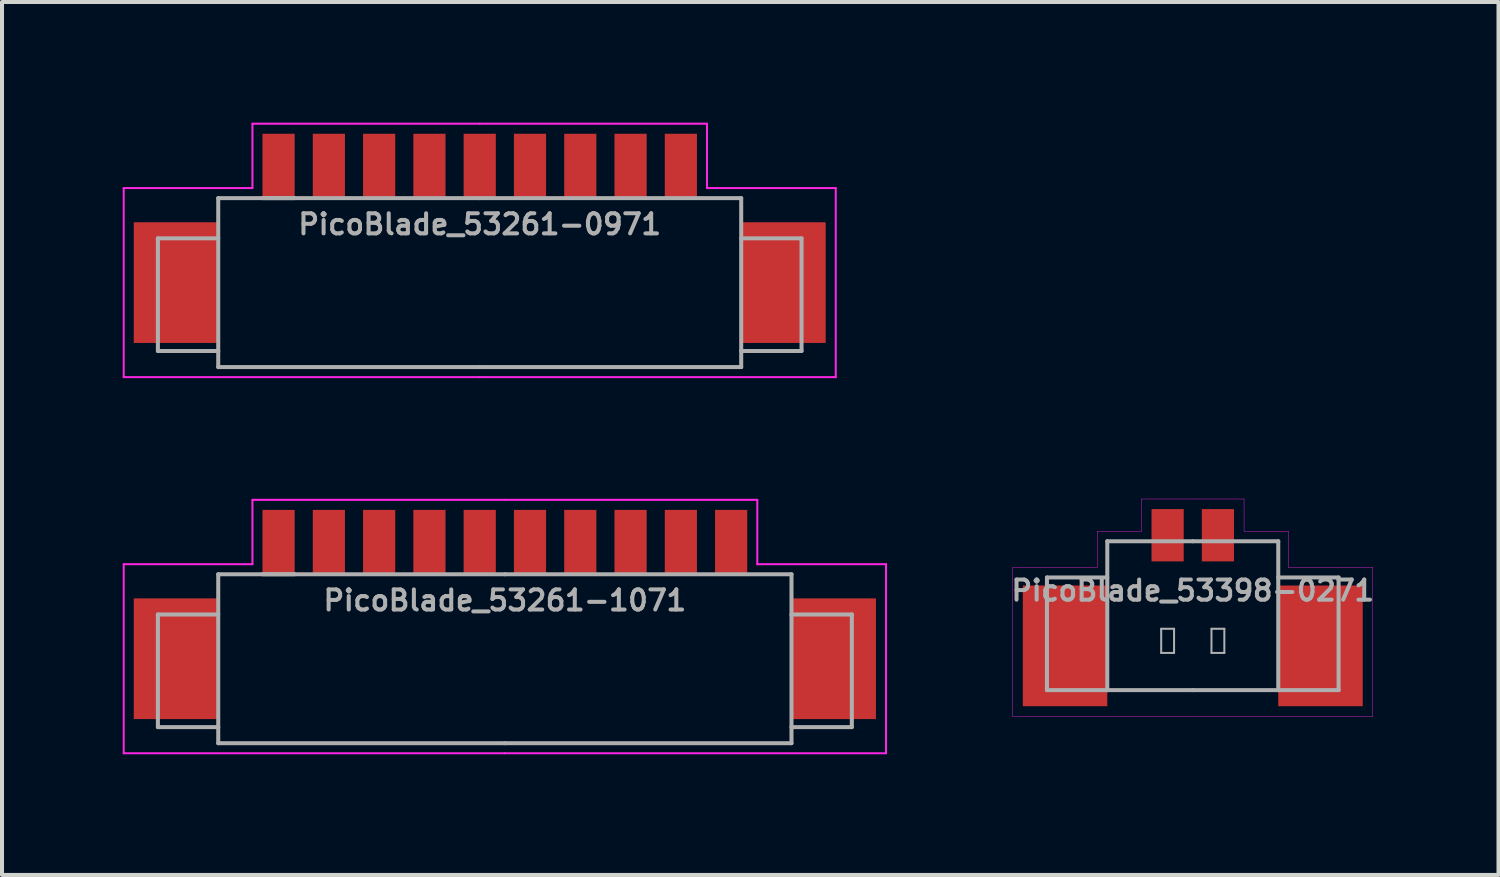
<source format=kicad_pcb>
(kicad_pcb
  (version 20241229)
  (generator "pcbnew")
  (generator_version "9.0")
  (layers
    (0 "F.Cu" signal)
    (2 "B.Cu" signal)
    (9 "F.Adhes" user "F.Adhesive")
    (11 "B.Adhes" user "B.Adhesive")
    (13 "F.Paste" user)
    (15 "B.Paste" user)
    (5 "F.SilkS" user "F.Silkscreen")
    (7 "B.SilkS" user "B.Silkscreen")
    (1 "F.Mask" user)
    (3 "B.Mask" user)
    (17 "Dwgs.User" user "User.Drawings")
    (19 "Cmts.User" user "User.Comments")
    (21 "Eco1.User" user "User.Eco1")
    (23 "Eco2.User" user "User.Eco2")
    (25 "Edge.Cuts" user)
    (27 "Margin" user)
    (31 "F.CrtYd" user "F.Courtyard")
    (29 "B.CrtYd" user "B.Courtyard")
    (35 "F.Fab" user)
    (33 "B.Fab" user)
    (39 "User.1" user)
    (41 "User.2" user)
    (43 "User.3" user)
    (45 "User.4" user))
  (footprint "PicoBlade_53398-0271"
    (layer "F.Cu")
    (at 26.6 11.63)
    (property "Reference" "PicoBlade_53398-0271" (at 0 0 0) (layer "F.Fab") (effects (font (size 0.5 0.5) (thickness 0.1))))
    (attr smd)
    (fp_line (start -4.475 -0.575) (end -4.475 3.125) (stroke (width 0.01) (type solid)) (layer "F.CrtYd"))
    (fp_line (start -4.475 -0.575) (end -2.375 -0.575) (stroke (width 0.01) (type solid)) (layer "F.CrtYd"))
    (fp_line (start -4.475 3.125) (end 0 3.125) (stroke (width 0.01) (type solid)) (layer "F.CrtYd"))
    (fp_line (start -2.375 -0.575) (end -2.375 -1.475) (stroke (width 0.01) (type solid)) (layer "F.CrtYd"))
    (fp_line (start -1.275 -2.275) (end -1.275 -1.475) (stroke (width 0.01) (type solid)) (layer "F.CrtYd"))
    (fp_line (start -1.275 -1.475) (end -2.375 -1.475) (stroke (width 0.01) (type solid)) (layer "F.CrtYd"))
    (fp_line (start 0 -2.275) (end -1.275 -2.275) (stroke (width 0.01) (type solid)) (layer "F.CrtYd"))
    (fp_line (start 0 -2.275) (end 1.275 -2.275) (stroke (width 0.01) (type solid)) (layer "F.CrtYd"))
    (fp_line (start 1.275 -2.275) (end 1.275 -1.475) (stroke (width 0.01) (type solid)) (layer "F.CrtYd"))
    (fp_line (start 1.275 -1.475) (end 2.375 -1.475) (stroke (width 0.01) (type solid)) (layer "F.CrtYd"))
    (fp_line (start 2.375 -1.475) (end 2.375 -0.575) (stroke (width 0.01) (type solid)) (layer "F.CrtYd"))
    (fp_line (start 2.375 -0.575) (end 4.475 -0.575) (stroke (width 0.01) (type solid)) (layer "F.CrtYd"))
    (fp_line (start 4.475 -0.575) (end 4.475 3.125) (stroke (width 0.01) (type solid)) (layer "F.CrtYd"))
    (fp_line (start 4.475 3.125) (end 0 3.125) (stroke (width 0.01) (type solid)) (layer "F.CrtYd"))
    (fp_line (start -3.625 -0.325) (end -2.125 -0.325) (stroke (width 0.1) (type solid)) (layer "F.Fab"))
    (fp_line (start -3.625 2.475) (end -3.625 -0.325) (stroke (width 0.1) (type solid)) (layer "F.Fab"))
    (fp_line (start -2.125 -1.225) (end -2.125 2.475) (stroke (width 0.1) (type solid)) (layer "F.Fab"))
    (fp_line (start -2.125 2.475) (end -3.625 2.475) (stroke (width 0.1) (type solid)) (layer "F.Fab"))
    (fp_line (start -2.125 2.475) (end 0 2.475) (stroke (width 0.1) (type solid)) (layer "F.Fab"))
    (fp_line (start -0.785 0.95) (end -0.465 0.95) (stroke (width 0.05) (type solid)) (layer "F.Fab"))
    (fp_line (start -0.785 1.55) (end -0.785 0.95) (stroke (width 0.05) (type solid)) (layer "F.Fab"))
    (fp_line (start -0.465 1.55) (end -0.785 1.55) (stroke (width 0.05) (type solid)) (layer "F.Fab"))
    (fp_line (start -0.465 1.55) (end -0.465 0.95) (stroke (width 0.05) (type solid)) (layer "F.Fab"))
    (fp_line (start 0 -1.225) (end -2.125 -1.225) (stroke (width 0.1) (type solid)) (layer "F.Fab"))
    (fp_line (start 0 2.475) (end 2.125 2.475) (stroke (width 0.1) (type solid)) (layer "F.Fab"))
    (fp_line (start 0.465 0.95) (end 0.465 1.55) (stroke (width 0.05) (type solid)) (layer "F.Fab"))
    (fp_line (start 0.465 0.95) (end 0.785 0.95) (stroke (width 0.05) (type solid)) (layer "F.Fab"))
    (fp_line (start 0.785 0.95) (end 0.785 1.55) (stroke (width 0.05) (type solid)) (layer "F.Fab"))
    (fp_line (start 0.785 1.55) (end 0.465 1.55) (stroke (width 0.05) (type solid)) (layer "F.Fab"))
    (fp_line (start 2.125 -1.225) (end 0 -1.225) (stroke (width 0.1) (type solid)) (layer "F.Fab"))
    (fp_line (start 2.125 2.475) (end 2.125 -1.225) (stroke (width 0.1) (type solid)) (layer "F.Fab"))
    (fp_line (start 2.125 2.475) (end 3.625 2.475) (stroke (width 0.1) (type solid)) (layer "F.Fab"))
    (fp_line (start 3.625 -0.325) (end 2.125 -0.325) (stroke (width 0.1) (type solid)) (layer "F.Fab"))
    (fp_line (start 3.625 2.475) (end 3.625 -0.325) (stroke (width 0.1) (type solid)) (layer "F.Fab"))
    (pad "" smd rect (at -3.175 1.375) (size 2.1 3) (layers "F.Cu" "F.Mask" "F.Paste"))
    (pad "" smd rect (at 3.175 1.375) (size 2.1 3) (layers "F.Cu" "F.Mask" "F.Paste"))
    (pad "1" smd rect (at -0.625 -1.375) (size 0.8 1.3) (layers "F.Cu" "F.Mask" "F.Paste"))
    (pad "2" smd rect (at 0.625 -1.375) (size 0.8 1.3) (layers "F.Cu" "F.Mask" "F.Paste")))
  (footprint "PicoBlade_53261-1071"
    (layer "F.Cu")
    (at 9.5 11.875)
    (property "Reference" "PicoBlade_53261-1071" (at 0 0 0) (layer "F.Fab") (effects (font (size 0.5 0.5) (thickness 0.1))))
    (attr smd)
    (fp_line (start -9.475 -0.9) (end -9.475 3.8) (stroke (width 0.05) (type solid)) (layer "F.CrtYd"))
    (fp_line (start -9.475 3.8) (end 0 3.8) (stroke (width 0.05) (type solid)) (layer "F.CrtYd"))
    (fp_line (start -6.275 -2.5) (end -6.275 -0.9) (stroke (width 0.05) (type solid)) (layer "F.CrtYd"))
    (fp_line (start -6.275 -0.9) (end -9.475 -0.9) (stroke (width 0.05) (type solid)) (layer "F.CrtYd"))
    (fp_line (start 0 -2.5) (end -6.275 -2.5) (stroke (width 0.05) (type solid)) (layer "F.CrtYd"))
    (fp_line (start 0 -2.5) (end 6.275 -2.5) (stroke (width 0.05) (type solid)) (layer "F.CrtYd"))
    (fp_line (start 6.275 -2.5) (end 6.275 -0.9) (stroke (width 0.05) (type solid)) (layer "F.CrtYd"))
    (fp_line (start 6.275 -0.9) (end 9.475 -0.9) (stroke (width 0.05) (type solid)) (layer "F.CrtYd"))
    (fp_line (start 9.475 -0.9) (end 9.475 3.8) (stroke (width 0.05) (type solid)) (layer "F.CrtYd"))
    (fp_line (start 9.475 3.8) (end 0 3.8) (stroke (width 0.05) (type solid)) (layer "F.CrtYd"))
    (fp_line (start -8.625 0.35) (end -8.625 3.15) (stroke (width 0.1) (type solid)) (layer "F.Fab"))
    (fp_line (start -8.625 3.15) (end -7.125 3.15) (stroke (width 0.1) (type solid)) (layer "F.Fab"))
    (fp_line (start -7.125 -0.65) (end 0 -0.65) (stroke (width 0.1) (type solid)) (layer "F.Fab"))
    (fp_line (start -7.125 0.35) (end -8.625 0.35) (stroke (width 0.1) (type solid)) (layer "F.Fab"))
    (fp_line (start -7.125 3.55) (end -7.125 -0.65) (stroke (width 0.1) (type solid)) (layer "F.Fab"))
    (fp_line (start -5.225 -0.65) (end -6.025 -0.65) (stroke (width 0.1) (type solid)) (layer "F.Fab"))
    (fp_line (start 0 -0.65) (end 7.125 -0.65) (stroke (width 0.1) (type solid)) (layer "F.Fab"))
    (fp_line (start 0 3.55) (end -7.125 3.55) (stroke (width 0.1) (type solid)) (layer "F.Fab"))
    (fp_line (start 7.125 -0.65) (end 7.125 3.55) (stroke (width 0.1) (type solid)) (layer "F.Fab"))
    (fp_line (start 7.125 0.35) (end 8.625 0.35) (stroke (width 0.1) (type solid)) (layer "F.Fab"))
    (fp_line (start 7.125 3.55) (end 0 3.55) (stroke (width 0.1) (type solid)) (layer "F.Fab"))
    (fp_line (start 8.625 0.35) (end 8.625 3.15) (stroke (width 0.1) (type solid)) (layer "F.Fab"))
    (fp_line (start 8.625 3.15) (end 7.125 3.15) (stroke (width 0.1) (type solid)) (layer "F.Fab"))
    (pad "" smd rect (at -8.175 1.45) (size 2.1 3) (layers "F.Cu" "F.Mask" "F.Paste"))
    (pad "" smd rect (at 8.175 1.45) (size 2.1 3) (layers "F.Cu" "F.Mask" "F.Paste"))
    (pad "1" smd rect (at -5.625 -1.45) (size 0.8 1.6) (layers "F.Cu" "F.Mask" "F.Paste"))
    (pad "2" smd rect (at -4.375 -1.45) (size 0.8 1.6) (layers "F.Cu" "F.Mask" "F.Paste"))
    (pad "3" smd rect (at -3.125 -1.45) (size 0.8 1.6) (layers "F.Cu" "F.Mask" "F.Paste"))
    (pad "4" smd rect (at -1.875 -1.45) (size 0.8 1.6) (layers "F.Cu" "F.Mask" "F.Paste"))
    (pad "5" smd rect (at -0.625 -1.45) (size 0.8 1.6) (layers "F.Cu" "F.Mask" "F.Paste"))
    (pad "6" smd rect (at 0.625 -1.45) (size 0.8 1.6) (layers "F.Cu" "F.Mask" "F.Paste"))
    (pad "7" smd rect (at 1.875 -1.45) (size 0.8 1.6) (layers "F.Cu" "F.Mask" "F.Paste"))
    (pad "8" smd rect (at 3.125 -1.45) (size 0.8 1.6) (layers "F.Cu" "F.Mask" "F.Paste"))
    (pad "9" smd rect (at 4.375 -1.45) (size 0.8 1.6) (layers "F.Cu" "F.Mask" "F.Paste"))
    (pad "10" smd rect (at 5.625 -1.45) (size 0.8 1.6) (layers "F.Cu" "F.Mask" "F.Paste")))
  (footprint "PicoBlade_53261-0971"
    (layer "F.Cu")
    (at 8.875 2.525)
    (property "Reference" "PicoBlade_53261-0971" (at 0 0 0) (layer "F.Fab") (effects (font (size 0.5 0.5) (thickness 0.1))))
    (attr smd)
    (fp_line (start -8.85 -0.9) (end -8.85 3.8) (stroke (width 0.05) (type solid)) (layer "F.CrtYd"))
    (fp_line (start -8.85 3.8) (end 0 3.8) (stroke (width 0.05) (type solid)) (layer "F.CrtYd"))
    (fp_line (start -5.65 -2.5) (end -5.65 -0.9) (stroke (width 0.05) (type solid)) (layer "F.CrtYd"))
    (fp_line (start -5.65 -0.9) (end -8.85 -0.9) (stroke (width 0.05) (type solid)) (layer "F.CrtYd"))
    (fp_line (start 0 -2.5) (end -5.65 -2.5) (stroke (width 0.05) (type solid)) (layer "F.CrtYd"))
    (fp_line (start 0 -2.5) (end 5.65 -2.5) (stroke (width 0.05) (type solid)) (layer "F.CrtYd"))
    (fp_line (start 5.65 -2.5) (end 5.65 -0.9) (stroke (width 0.05) (type solid)) (layer "F.CrtYd"))
    (fp_line (start 5.65 -0.9) (end 8.85 -0.9) (stroke (width 0.05) (type solid)) (layer "F.CrtYd"))
    (fp_line (start 8.85 -0.9) (end 8.85 3.8) (stroke (width 0.05) (type solid)) (layer "F.CrtYd"))
    (fp_line (start 8.85 3.8) (end 0 3.8) (stroke (width 0.05) (type solid)) (layer "F.CrtYd"))
    (fp_line (start -8 0.35) (end -8 3.15) (stroke (width 0.1) (type solid)) (layer "F.Fab"))
    (fp_line (start -8 3.15) (end -6.5 3.15) (stroke (width 0.1) (type solid)) (layer "F.Fab"))
    (fp_line (start -6.5 -0.65) (end 0 -0.65) (stroke (width 0.1) (type solid)) (layer "F.Fab"))
    (fp_line (start -6.5 0.35) (end -8 0.35) (stroke (width 0.1) (type solid)) (layer "F.Fab"))
    (fp_line (start -6.5 3.55) (end -6.5 -0.65) (stroke (width 0.1) (type solid)) (layer "F.Fab"))
    (fp_line (start -4.6 -0.65) (end -5.4 -0.65) (stroke (width 0.1) (type solid)) (layer "F.Fab"))
    (fp_line (start 0 -0.65) (end 6.5 -0.65) (stroke (width 0.1) (type solid)) (layer "F.Fab"))
    (fp_line (start 0 3.55) (end -6.5 3.55) (stroke (width 0.1) (type solid)) (layer "F.Fab"))
    (fp_line (start 6.5 -0.65) (end 6.5 3.55) (stroke (width 0.1) (type solid)) (layer "F.Fab"))
    (fp_line (start 6.5 0.35) (end 8 0.35) (stroke (width 0.1) (type solid)) (layer "F.Fab"))
    (fp_line (start 6.5 3.55) (end 0 3.55) (stroke (width 0.1) (type solid)) (layer "F.Fab"))
    (fp_line (start 8 0.35) (end 8 3.15) (stroke (width 0.1) (type solid)) (layer "F.Fab"))
    (fp_line (start 8 3.15) (end 6.5 3.15) (stroke (width 0.1) (type solid)) (layer "F.Fab"))
    (pad "" smd rect (at -7.55 1.45) (size 2.1 3) (layers "F.Cu" "F.Mask" "F.Paste"))
    (pad "" smd rect (at 7.55 1.45) (size 2.1 3) (layers "F.Cu" "F.Mask" "F.Paste"))
    (pad "1" smd rect (at -5 -1.45) (size 0.8 1.6) (layers "F.Cu" "F.Mask" "F.Paste"))
    (pad "2" smd rect (at -3.75 -1.45) (size 0.8 1.6) (layers "F.Cu" "F.Mask" "F.Paste"))
    (pad "3" smd rect (at -2.5 -1.45) (size 0.8 1.6) (layers "F.Cu" "F.Mask" "F.Paste"))
    (pad "4" smd rect (at -1.25 -1.45) (size 0.8 1.6) (layers "F.Cu" "F.Mask" "F.Paste"))
    (pad "5" smd rect (at 0 -1.45) (size 0.8 1.6) (layers "F.Cu" "F.Mask" "F.Paste"))
    (pad "6" smd rect (at 1.25 -1.45) (size 0.8 1.6) (layers "F.Cu" "F.Mask" "F.Paste"))
    (pad "7" smd rect (at 2.5 -1.45) (size 0.8 1.6) (layers "F.Cu" "F.Mask" "F.Paste"))
    (pad "8" smd rect (at 3.75 -1.45) (size 0.8 1.6) (layers "F.Cu" "F.Mask" "F.Paste"))
    (pad "9" smd rect (at 5 -1.45) (size 0.8 1.6) (layers "F.Cu" "F.Mask" "F.Paste")))
  (gr_rect
    (start -3 -3)
    (end 34.2 18.7)
    (stroke (width 0.1) (type default))
    (fill no)
    (layer "Edge.Cuts")))
</source>
